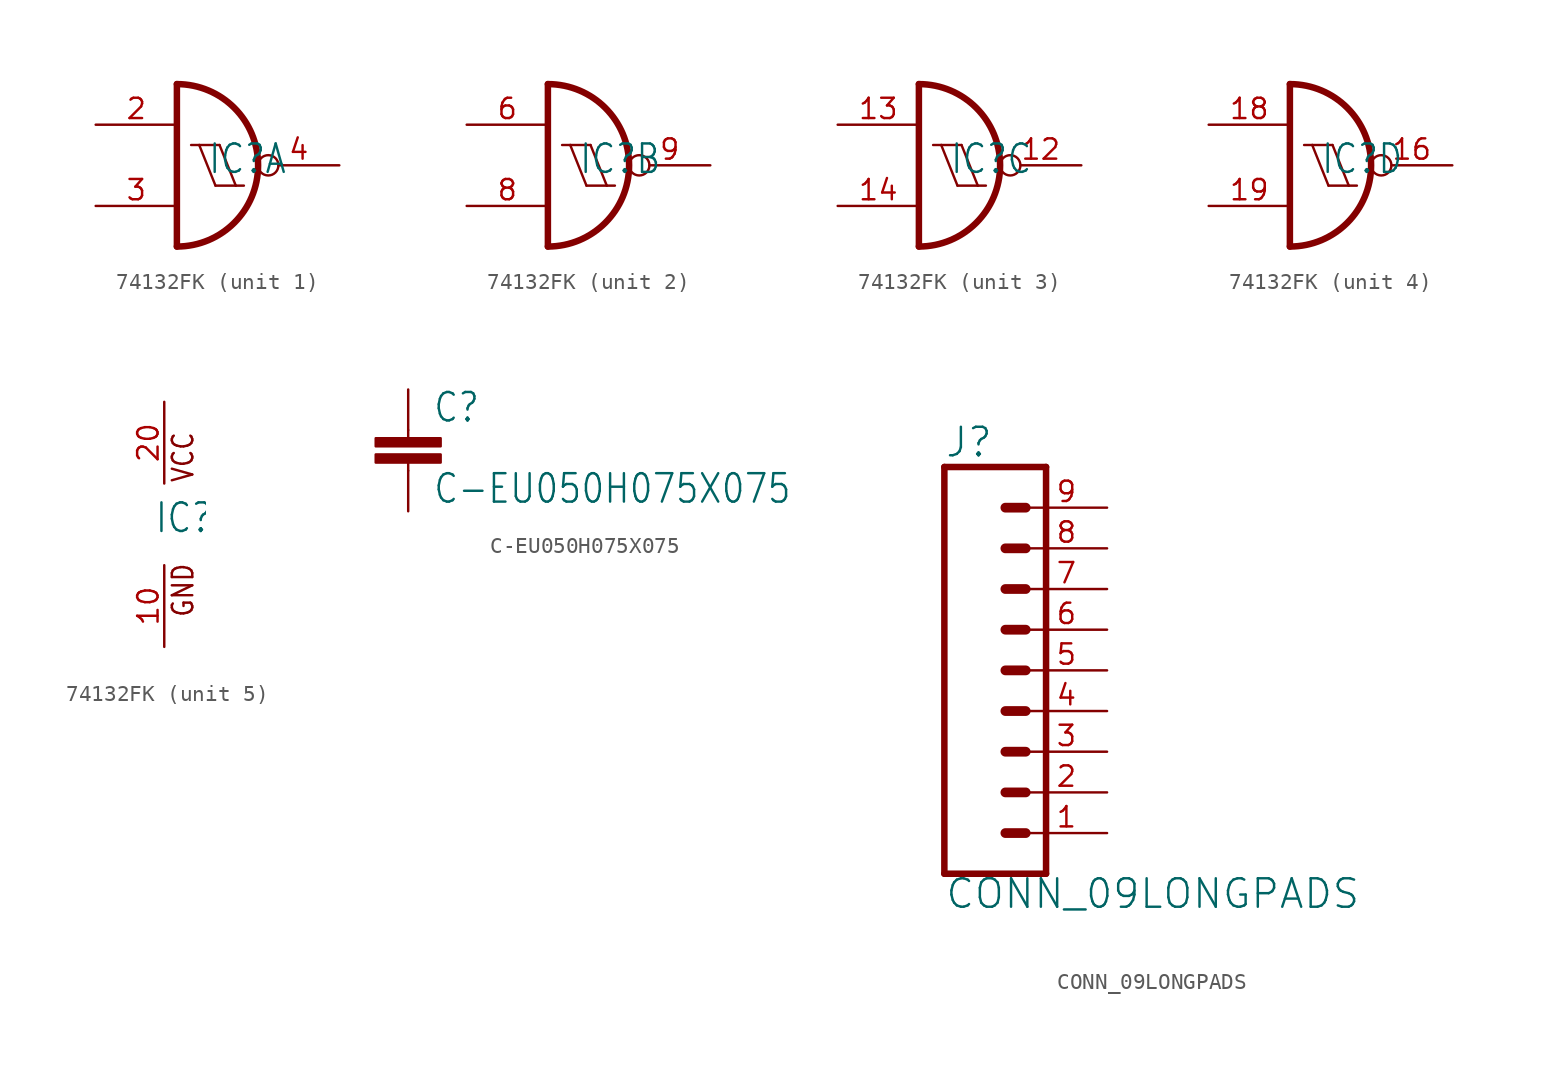
<source format=kicad_sym>
(kicad_symbol_lib
  (version 20211014)
  (generator kicad_symbol_editor)
  (symbol "74132FK"
    (property "Reference" "IC"
      (at -0.635 -0.635 0)
      (effects (font (size 1.778 1.511)) (justify left bottom)))
    (property "ki_locked" ""
      (at 0 0 0)
      (effects (font (size 1.27 1.27))))
    (symbol "74132FK_1_0"
      (arc (start -2.54 -5.08) (mid 2.54 0) (end -2.54 5.08) (stroke (width 0.4064) (type default) (color 0 0 0 0)) (fill (type none)))
      (polyline (pts (xy -2.54 5.08) (xy -2.54 -5.08)) (stroke (width 0.406) (type default) (color 0 0 0 0)) (fill (type none)))
      (polyline (pts (xy -1.651 1.27) (xy -1.143 1.27)) (stroke (width 0.152) (type default) (color 0 0 0 0)) (fill (type none)))
      (polyline (pts (xy -1.143 1.27) (xy 0.127 1.27)) (stroke (width 0.152) (type default) (color 0 0 0 0)) (fill (type none)))
      (polyline (pts (xy -0.127 -1.27) (xy -1.143 1.27)) (stroke (width 0.152) (type default) (color 0 0 0 0)) (fill (type none)))
      (polyline (pts (xy -0.127 -1.27) (xy 1.143 -1.27)) (stroke (width 0.152) (type default) (color 0 0 0 0)) (fill (type none)))
      (polyline (pts (xy 1.143 -1.27) (xy 0.127 1.27)) (stroke (width 0.152) (type default) (color 0 0 0 0)) (fill (type none)))
      (polyline (pts (xy 1.143 -1.27) (xy 1.651 -1.27)) (stroke (width 0.152) (type default) (color 0 0 0 0)) (fill (type none)))
      (pin input line (at -7.62 2.54 0) (length 5.08) (name "I0" (effects (font (size 0 0)))) (number "2" (effects (font (size 1.27 1.27)))))
      (pin input line (at -7.62 -2.54 0) (length 5.08) (name "I1" (effects (font (size 0 0)))) (number "3" (effects (font (size 1.27 1.27)))))
      (pin output inverted (at 7.62 0 180) (length 5.08) (name "O" (effects (font (size 0 0)))) (number "4" (effects (font (size 1.27 1.27))))))
    (symbol "74132FK_2_0"
      (arc (start -2.54 -5.08) (mid 2.54 0) (end -2.54 5.08) (stroke (width 0.4064) (type default) (color 0 0 0 0)) (fill (type none)))
      (polyline (pts (xy -2.54 5.08) (xy -2.54 -5.08)) (stroke (width 0.406) (type default) (color 0 0 0 0)) (fill (type none)))
      (polyline (pts (xy -1.651 1.27) (xy -1.143 1.27)) (stroke (width 0.152) (type default) (color 0 0 0 0)) (fill (type none)))
      (polyline (pts (xy -1.143 1.27) (xy 0.127 1.27)) (stroke (width 0.152) (type default) (color 0 0 0 0)) (fill (type none)))
      (polyline (pts (xy -0.127 -1.27) (xy -1.143 1.27)) (stroke (width 0.152) (type default) (color 0 0 0 0)) (fill (type none)))
      (polyline (pts (xy -0.127 -1.27) (xy 1.143 -1.27)) (stroke (width 0.152) (type default) (color 0 0 0 0)) (fill (type none)))
      (polyline (pts (xy 1.143 -1.27) (xy 0.127 1.27)) (stroke (width 0.152) (type default) (color 0 0 0 0)) (fill (type none)))
      (polyline (pts (xy 1.143 -1.27) (xy 1.651 -1.27)) (stroke (width 0.152) (type default) (color 0 0 0 0)) (fill (type none)))
      (pin input line (at -7.62 2.54 0) (length 5.08) (name "I0" (effects (font (size 0 0)))) (number "6" (effects (font (size 1.27 1.27)))))
      (pin input line (at -7.62 -2.54 0) (length 5.08) (name "I1" (effects (font (size 0 0)))) (number "8" (effects (font (size 1.27 1.27)))))
      (pin output inverted (at 7.62 0 180) (length 5.08) (name "O" (effects (font (size 0 0)))) (number "9" (effects (font (size 1.27 1.27))))))
    (symbol "74132FK_3_0"
      (arc (start -2.54 -5.08) (mid 2.54 0) (end -2.54 5.08) (stroke (width 0.4064) (type default) (color 0 0 0 0)) (fill (type none)))
      (polyline (pts (xy -2.54 5.08) (xy -2.54 -5.08)) (stroke (width 0.406) (type default) (color 0 0 0 0)) (fill (type none)))
      (polyline (pts (xy -1.651 1.27) (xy -1.143 1.27)) (stroke (width 0.152) (type default) (color 0 0 0 0)) (fill (type none)))
      (polyline (pts (xy -1.143 1.27) (xy 0.127 1.27)) (stroke (width 0.152) (type default) (color 0 0 0 0)) (fill (type none)))
      (polyline (pts (xy -0.127 -1.27) (xy -1.143 1.27)) (stroke (width 0.152) (type default) (color 0 0 0 0)) (fill (type none)))
      (polyline (pts (xy -0.127 -1.27) (xy 1.143 -1.27)) (stroke (width 0.152) (type default) (color 0 0 0 0)) (fill (type none)))
      (polyline (pts (xy 1.143 -1.27) (xy 0.127 1.27)) (stroke (width 0.152) (type default) (color 0 0 0 0)) (fill (type none)))
      (polyline (pts (xy 1.143 -1.27) (xy 1.651 -1.27)) (stroke (width 0.152) (type default) (color 0 0 0 0)) (fill (type none)))
      (pin output inverted (at 7.62 0 180) (length 5.08) (name "O" (effects (font (size 0 0)))) (number "12" (effects (font (size 1.27 1.27)))))
      (pin input line (at -7.62 2.54 0) (length 5.08) (name "I0" (effects (font (size 0 0)))) (number "13" (effects (font (size 1.27 1.27)))))
      (pin input line (at -7.62 -2.54 0) (length 5.08) (name "I1" (effects (font (size 0 0)))) (number "14" (effects (font (size 1.27 1.27))))))
    (symbol "74132FK_4_0"
      (arc (start -2.54 -5.08) (mid 2.54 0) (end -2.54 5.08) (stroke (width 0.4064) (type default) (color 0 0 0 0)) (fill (type none)))
      (polyline (pts (xy -2.54 5.08) (xy -2.54 -5.08)) (stroke (width 0.406) (type default) (color 0 0 0 0)) (fill (type none)))
      (polyline (pts (xy -1.651 1.27) (xy -1.143 1.27)) (stroke (width 0.152) (type default) (color 0 0 0 0)) (fill (type none)))
      (polyline (pts (xy -1.143 1.27) (xy 0.127 1.27)) (stroke (width 0.152) (type default) (color 0 0 0 0)) (fill (type none)))
      (polyline (pts (xy -0.127 -1.27) (xy -1.143 1.27)) (stroke (width 0.152) (type default) (color 0 0 0 0)) (fill (type none)))
      (polyline (pts (xy -0.127 -1.27) (xy 1.143 -1.27)) (stroke (width 0.152) (type default) (color 0 0 0 0)) (fill (type none)))
      (polyline (pts (xy 1.143 -1.27) (xy 0.127 1.27)) (stroke (width 0.152) (type default) (color 0 0 0 0)) (fill (type none)))
      (polyline (pts (xy 1.143 -1.27) (xy 1.651 -1.27)) (stroke (width 0.152) (type default) (color 0 0 0 0)) (fill (type none)))
      (pin output inverted (at 7.62 0 180) (length 5.08) (name "O" (effects (font (size 0 0)))) (number "16" (effects (font (size 1.27 1.27)))))
      (pin input line (at -7.62 2.54 0) (length 5.08) (name "I0" (effects (font (size 0 0)))) (number "18" (effects (font (size 1.27 1.27)))))
      (pin input line (at -7.62 -2.54 0) (length 5.08) (name "I1" (effects (font (size 0 0)))) (number "19" (effects (font (size 1.27 1.27))))))
    (symbol "74132FK_5_0"
      (text "GND" (at 1.905 -5.842 900) (effects (font (size 1.27 1.079)) (justify left bottom)))
      (text "VCC" (at 1.905 2.54 900) (effects (font (size 1.27 1.079)) (justify left bottom)))
      (pin power_in line (at 0 -7.62 90) (length 5.08) (name "GND" (effects (font (size 0 0)))) (number "10" (effects (font (size 1.27 1.27)))))
      (pin power_in line (at 0 7.62 270) (length 5.08) (name "VCC" (effects (font (size 0 0)))) (number "20" (effects (font (size 1.27 1.27)))))))
  (symbol "C-EU050H075X075"
    (property "Reference" "C"
      (at 1.524 0.381 0)
      (effects (font (size 1.778 1.511)) (justify left bottom)))
    (property "Value" "C-EU050H075X075"
      (at 1.524 -4.699 0)
      (effects (font (size 1.778 1.511)) (justify left bottom)))
    (property "ki_locked" ""
      (at 0 0 0)
      (effects (font (size 1.27 1.27))))
    (symbol "C-EU050H075X075_1_0"
      (rectangle (start -2.032 -2.032) (end 2.032 -1.524) (stroke (width 0) (type default) (color 0 0 0 0)) (fill (type outline)))
      (rectangle (start -2.032 -1.016) (end 2.032 -0.508) (stroke (width 0) (type default) (color 0 0 0 0)) (fill (type outline)))
      (polyline (pts (xy 0 -2.54) (xy 0 -2.032)) (stroke (width 0.152) (type default) (color 0 0 0 0)) (fill (type none)))
      (polyline (pts (xy 0 0) (xy 0 -0.508)) (stroke (width 0.152) (type default) (color 0 0 0 0)) (fill (type none)))
      (pin passive line (at 0 2.54 270) (length 2.54) (name "1" (effects (font (size 0 0)))) (number "1" (effects (font (size 0 0)))))
      (pin passive line (at 0 -5.08 90) (length 2.54) (name "2" (effects (font (size 0 0)))) (number "2" (effects (font (size 0 0)))))))
  (symbol "CONN_09LONGPADS"
    (property "Reference" "J"
      (at 0 13.208 0)
      (effects (font (size 1.778 1.778)) (justify left bottom)))
    (property "Value" "CONN_09LONGPADS"
      (at 0 -14.986 0)
      (effects (font (size 1.778 1.778)) (justify left bottom)))
    (property "ki_locked" ""
      (at 0 0 0)
      (effects (font (size 1.27 1.27))))
    (symbol "CONN_09LONGPADS_1_0"
      (polyline (pts (xy 0 12.7) (xy 0 -12.7)) (stroke (width 0.406) (type default) (color 0 0 0 0)) (fill (type none)))
      (polyline (pts (xy 0 12.7) (xy 6.35 12.7)) (stroke (width 0.406) (type default) (color 0 0 0 0)) (fill (type none)))
      (polyline (pts (xy 3.81 -10.16) (xy 5.08 -10.16)) (stroke (width 0.61) (type default) (color 0 0 0 0)) (fill (type none)))
      (polyline (pts (xy 3.81 -7.62) (xy 5.08 -7.62)) (stroke (width 0.61) (type default) (color 0 0 0 0)) (fill (type none)))
      (polyline (pts (xy 3.81 -5.08) (xy 5.08 -5.08)) (stroke (width 0.61) (type default) (color 0 0 0 0)) (fill (type none)))
      (polyline (pts (xy 3.81 -2.54) (xy 5.08 -2.54)) (stroke (width 0.61) (type default) (color 0 0 0 0)) (fill (type none)))
      (polyline (pts (xy 3.81 0) (xy 5.08 0)) (stroke (width 0.61) (type default) (color 0 0 0 0)) (fill (type none)))
      (polyline (pts (xy 3.81 2.54) (xy 5.08 2.54)) (stroke (width 0.61) (type default) (color 0 0 0 0)) (fill (type none)))
      (polyline (pts (xy 3.81 5.08) (xy 5.08 5.08)) (stroke (width 0.61) (type default) (color 0 0 0 0)) (fill (type none)))
      (polyline (pts (xy 3.81 7.62) (xy 5.08 7.62)) (stroke (width 0.61) (type default) (color 0 0 0 0)) (fill (type none)))
      (polyline (pts (xy 3.81 10.16) (xy 5.08 10.16)) (stroke (width 0.61) (type default) (color 0 0 0 0)) (fill (type none)))
      (polyline (pts (xy 6.35 -12.7) (xy 0 -12.7)) (stroke (width 0.406) (type default) (color 0 0 0 0)) (fill (type none)))
      (polyline (pts (xy 6.35 -12.7) (xy 6.35 12.7)) (stroke (width 0.406) (type default) (color 0 0 0 0)) (fill (type none)))
      (pin passive line (at 10.16 -10.16 180) (length 5.08) (name "1" (effects (font (size 0 0)))) (number "1" (effects (font (size 1.27 1.27)))))
      (pin passive line (at 10.16 -7.62 180) (length 5.08) (name "2" (effects (font (size 0 0)))) (number "2" (effects (font (size 1.27 1.27)))))
      (pin passive line (at 10.16 -5.08 180) (length 5.08) (name "3" (effects (font (size 0 0)))) (number "3" (effects (font (size 1.27 1.27)))))
      (pin passive line (at 10.16 -2.54 180) (length 5.08) (name "4" (effects (font (size 0 0)))) (number "4" (effects (font (size 1.27 1.27)))))
      (pin passive line (at 10.16 0 180) (length 5.08) (name "5" (effects (font (size 0 0)))) (number "5" (effects (font (size 1.27 1.27)))))
      (pin passive line (at 10.16 2.54 180) (length 5.08) (name "6" (effects (font (size 0 0)))) (number "6" (effects (font (size 1.27 1.27)))))
      (pin passive line (at 10.16 5.08 180) (length 5.08) (name "7" (effects (font (size 0 0)))) (number "7" (effects (font (size 1.27 1.27)))))
      (pin passive line (at 10.16 7.62 180) (length 5.08) (name "8" (effects (font (size 0 0)))) (number "8" (effects (font (size 1.27 1.27)))))
      (pin passive line (at 10.16 10.16 180) (length 5.08) (name "9" (effects (font (size 0 0)))) (number "9" (effects (font (size 1.27 1.27))))))))
</source>
